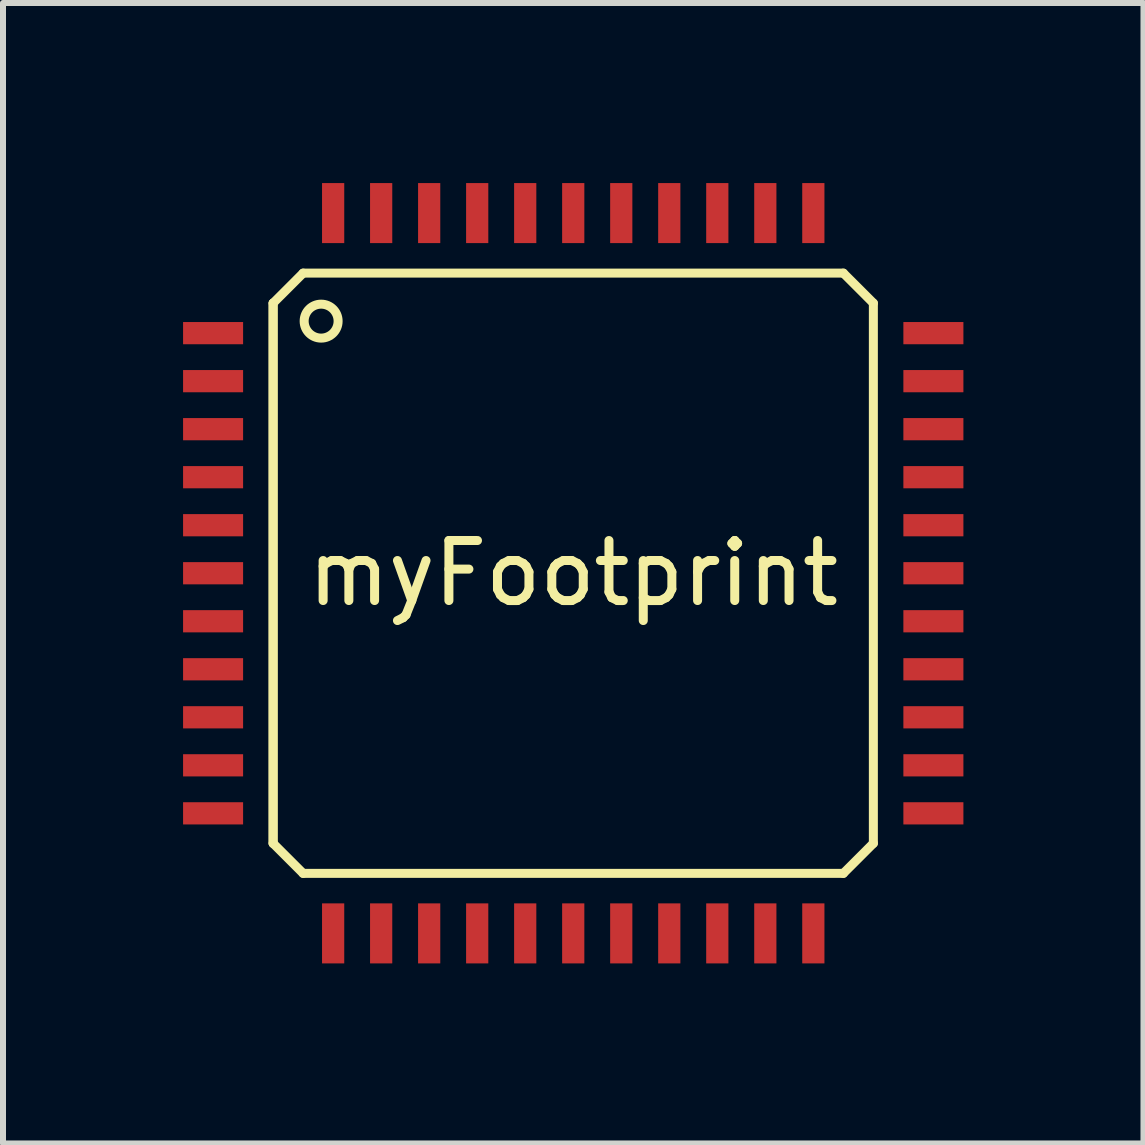
<source format=kicad_pcb>
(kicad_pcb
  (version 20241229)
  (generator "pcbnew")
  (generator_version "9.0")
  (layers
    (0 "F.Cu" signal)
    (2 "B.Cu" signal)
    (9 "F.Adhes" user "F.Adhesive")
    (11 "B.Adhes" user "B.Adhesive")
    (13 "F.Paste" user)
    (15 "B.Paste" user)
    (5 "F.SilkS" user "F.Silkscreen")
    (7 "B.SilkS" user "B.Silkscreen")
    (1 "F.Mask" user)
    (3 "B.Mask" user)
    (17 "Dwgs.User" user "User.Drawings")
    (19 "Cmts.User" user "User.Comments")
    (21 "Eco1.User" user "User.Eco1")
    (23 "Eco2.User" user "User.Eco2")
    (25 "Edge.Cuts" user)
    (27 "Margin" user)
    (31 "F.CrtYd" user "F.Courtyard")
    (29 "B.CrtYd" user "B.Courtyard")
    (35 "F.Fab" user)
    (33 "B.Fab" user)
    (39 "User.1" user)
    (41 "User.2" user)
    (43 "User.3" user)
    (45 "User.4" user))
  (footprint "myFootprint"
    (layer "F.Cu")
    (at 6.5 6.5)
    (property "Reference" "myFootprint" (at 0 0 0) (layer "F.SilkS") (effects (font (size 1 1) (thickness 0.15))))
    (attr through_hole)
    (fp_line (start -5 -4.5) (end -4.5 -5) (stroke (width 0.15) (type solid)) (layer "F.SilkS"))
    (fp_line (start -5 4.5) (end -5 -4.5) (stroke (width 0.15) (type solid)) (layer "F.SilkS"))
    (fp_line (start -5 4.5) (end -5 -4.5) (stroke (width 0.15) (type solid)) (layer "F.SilkS"))
    (fp_line (start -4.5 -5) (end 4.5 -5) (stroke (width 0.15) (type solid)) (layer "F.SilkS"))
    (fp_line (start -4.5 5) (end -5 4.5) (stroke (width 0.15) (type solid)) (layer "F.SilkS"))
    (fp_line (start 4.5 -5) (end 5 -4.5) (stroke (width 0.15) (type solid)) (layer "F.SilkS"))
    (fp_line (start 4.5 5) (end -4.5 5) (stroke (width 0.15) (type solid)) (layer "F.SilkS"))
    (fp_line (start 5 -4.5) (end 5 4.5) (stroke (width 0.15) (type solid)) (layer "F.SilkS"))
    (fp_line (start 5 4.5) (end 4.5 5) (stroke (width 0.15) (type solid)) (layer "F.SilkS"))
    (fp_circle (center -4.2 -4.2) (end -4 -4) (stroke (width 0.15) (type solid)) (fill no) (layer "F.SilkS"))
    (pad "1" smd rect (at -6 -4) (size 1 0.37) (layers "F.Cu" "F.Mask" "F.Paste"))
    (pad "2" smd rect (at -6 -3.2) (size 1 0.37) (layers "F.Cu" "F.Mask" "F.Paste"))
    (pad "3" smd rect (at -6 -2.4) (size 1 0.37) (layers "F.Cu" "F.Mask" "F.Paste"))
    (pad "4" smd rect (at -6 -1.6) (size 1 0.37) (layers "F.Cu" "F.Mask" "F.Paste"))
    (pad "5" smd rect (at -6 -0.8) (size 1 0.37) (layers "F.Cu" "F.Mask" "F.Paste"))
    (pad "6" smd rect (at -6 0) (size 1 0.37) (layers "F.Cu" "F.Mask" "F.Paste"))
    (pad "7" smd rect (at -6 0.8) (size 1 0.37) (layers "F.Cu" "F.Mask" "F.Paste"))
    (pad "8" smd rect (at -6 1.6) (size 1 0.37) (layers "F.Cu" "F.Mask" "F.Paste"))
    (pad "9" smd rect (at -6 2.4) (size 1 0.37) (layers "F.Cu" "F.Mask" "F.Paste"))
    (pad "10" smd rect (at -6 3.2) (size 1 0.37) (layers "F.Cu" "F.Mask" "F.Paste"))
    (pad "11" smd rect (at -6 4) (size 1 0.37) (layers "F.Cu" "F.Mask" "F.Paste"))
    (pad "12" smd rect (at -4 6 90) (size 1 0.37) (layers "F.Cu" "F.Mask" "F.Paste"))
    (pad "13" smd rect (at -3.2 6 90) (size 1 0.37) (layers "F.Cu" "F.Mask" "F.Paste"))
    (pad "14" smd rect (at -2.4 6 90) (size 1 0.37) (layers "F.Cu" "F.Mask" "F.Paste"))
    (pad "15" smd rect (at -1.6 6 90) (size 1 0.37) (layers "F.Cu" "F.Mask" "F.Paste"))
    (pad "16" smd rect (at -0.8 6 90) (size 1 0.37) (layers "F.Cu" "F.Mask" "F.Paste"))
    (pad "17" smd rect (at 0 6 90) (size 1 0.37) (layers "F.Cu" "F.Mask" "F.Paste"))
    (pad "18" smd rect (at 0.8 6 90) (size 1 0.37) (layers "F.Cu" "F.Mask" "F.Paste"))
    (pad "19" smd rect (at 1.6 6 90) (size 1 0.37) (layers "F.Cu" "F.Mask" "F.Paste"))
    (pad "20" smd rect (at 2.4 6 90) (size 1 0.37) (layers "F.Cu" "F.Mask" "F.Paste"))
    (pad "21" smd rect (at 3.2 6 90) (size 1 0.37) (layers "F.Cu" "F.Mask" "F.Paste"))
    (pad "22" smd rect (at 4 6 90) (size 1 0.37) (layers "F.Cu" "F.Mask" "F.Paste"))
    (pad "23" smd rect (at 6 4) (size 1 0.37) (layers "F.Cu" "F.Mask" "F.Paste"))
    (pad "24" smd rect (at 6 3.2) (size 1 0.37) (layers "F.Cu" "F.Mask" "F.Paste"))
    (pad "25" smd rect (at 6 2.4) (size 1 0.37) (layers "F.Cu" "F.Mask" "F.Paste"))
    (pad "26" smd rect (at 6 1.6) (size 1 0.37) (layers "F.Cu" "F.Mask" "F.Paste"))
    (pad "27" smd rect (at 6 0.8) (size 1 0.37) (layers "F.Cu" "F.Mask" "F.Paste"))
    (pad "28" smd rect (at 6 0) (size 1 0.37) (layers "F.Cu" "F.Mask" "F.Paste"))
    (pad "29" smd rect (at 6 -0.8) (size 1 0.37) (layers "F.Cu" "F.Mask" "F.Paste"))
    (pad "30" smd rect (at 6 -1.6) (size 1 0.37) (layers "F.Cu" "F.Mask" "F.Paste"))
    (pad "31" smd rect (at 6 -2.4) (size 1 0.37) (layers "F.Cu" "F.Mask" "F.Paste"))
    (pad "32" smd rect (at 6 -3.2) (size 1 0.37) (layers "F.Cu" "F.Mask" "F.Paste"))
    (pad "33" smd rect (at 6 -4) (size 1 0.37) (layers "F.Cu" "F.Mask" "F.Paste"))
    (pad "34" smd rect (at 4 -6 90) (size 1 0.37) (layers "F.Cu" "F.Mask" "F.Paste"))
    (pad "35" smd rect (at 3.2 -6 90) (size 1 0.37) (layers "F.Cu" "F.Mask" "F.Paste"))
    (pad "36" smd rect (at 2.4 -6 90) (size 1 0.37) (layers "F.Cu" "F.Mask" "F.Paste"))
    (pad "37" smd rect (at 1.6 -6 90) (size 1 0.37) (layers "F.Cu" "F.Mask" "F.Paste"))
    (pad "38" smd rect (at 0.8 -6 90) (size 1 0.37) (layers "F.Cu" "F.Mask" "F.Paste"))
    (pad "39" smd rect (at 0 -6 90) (size 1 0.37) (layers "F.Cu" "F.Mask" "F.Paste"))
    (pad "40" smd rect (at -0.8 -6 90) (size 1 0.37) (layers "F.Cu" "F.Mask" "F.Paste"))
    (pad "41" smd rect (at -1.6 -6 90) (size 1 0.37) (layers "F.Cu" "F.Mask" "F.Paste"))
    (pad "42" smd rect (at -2.4 -6 90) (size 1 0.37) (layers "F.Cu" "F.Mask" "F.Paste"))
    (pad "43" smd rect (at -3.2 -6 90) (size 1 0.37) (layers "F.Cu" "F.Mask" "F.Paste"))
    (pad "44" smd rect (at -4 -6 90) (size 1 0.37) (layers "F.Cu" "F.Mask" "F.Paste")))
  (gr_rect
    (start -3 -3)
    (end 16 16)
    (stroke (width 0.1) (type default))
    (fill no)
    (layer "Edge.Cuts")))
</source>
